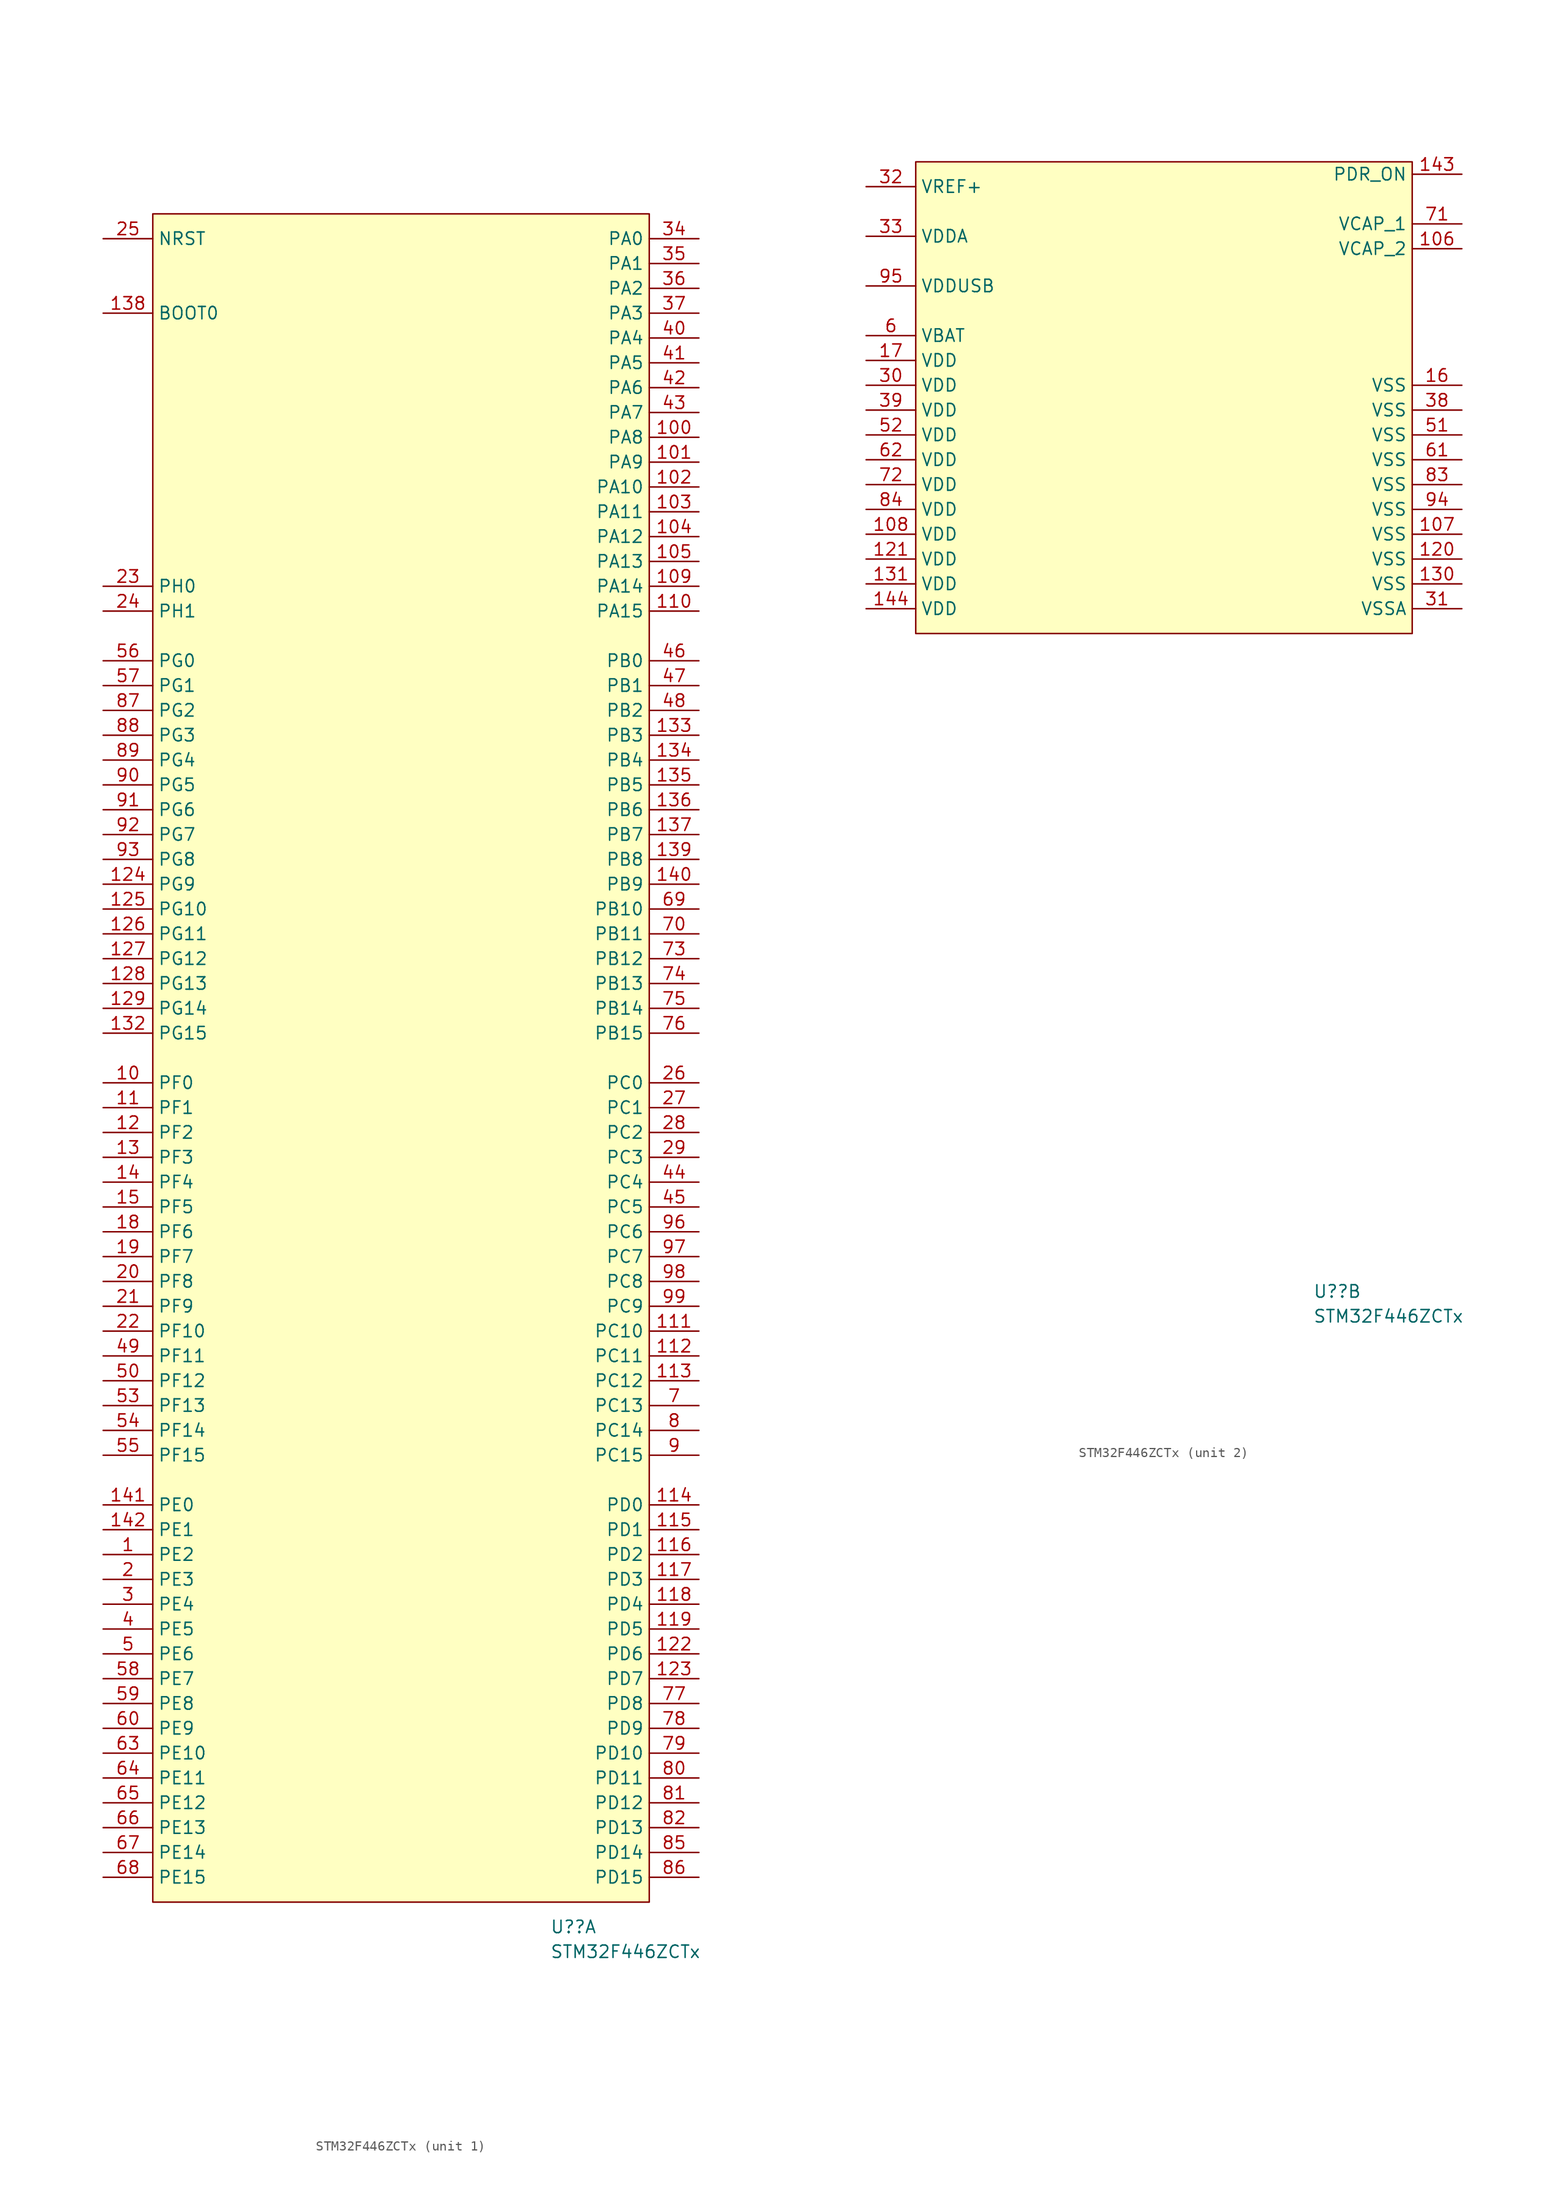
<source format=kicad_sym>
(kicad_symbol_lib
  (version 20211014)
  (generator kicad_symbol_editor)
  (symbol "STM32F446ZCTx"
    (property "Reference" "U?"
      (at 15.24 -88.9 0)
      (effects (font (size 1.27 1.27)) (justify left)))
    (property "Value" "STM32F446ZCTx"
      (at 15.24 -91.44 0)
      (effects (font (size 1.27 1.27)) (justify left)))
    (property "ki_locked" ""
      (at 0 0 0)
      (effects (font (size 1.27 1.27))))
    (symbol "STM32F446ZCTx_1_1"
      (rectangle (start 25.4 86.36) (end -25.4 -86.36) (stroke (width 0) (type default) (color 0 0 0 0)) (fill (type background)))
      (pin bidirectional line (at -30.48 -50.8 0) (length 5.08) (name "PE2" (effects (font (size 1.27 1.27)))) (number "1" (effects (font (size 1.27 1.27)))))
      (pin bidirectional line (at -30.48 -2.54 0) (length 5.08) (name "PF0" (effects (font (size 1.27 1.27)))) (number "10" (effects (font (size 1.27 1.27)))))
      (pin bidirectional line (at 30.48 63.5 180) (length 5.08) (name "PA8" (effects (font (size 1.27 1.27)))) (number "100" (effects (font (size 1.27 1.27)))))
      (pin bidirectional line (at 30.48 60.96 180) (length 5.08) (name "PA9" (effects (font (size 1.27 1.27)))) (number "101" (effects (font (size 1.27 1.27)))))
      (pin bidirectional line (at 30.48 58.42 180) (length 5.08) (name "PA10" (effects (font (size 1.27 1.27)))) (number "102" (effects (font (size 1.27 1.27)))))
      (pin bidirectional line (at 30.48 55.88 180) (length 5.08) (name "PA11" (effects (font (size 1.27 1.27)))) (number "103" (effects (font (size 1.27 1.27)))))
      (pin bidirectional line (at 30.48 53.34 180) (length 5.08) (name "PA12" (effects (font (size 1.27 1.27)))) (number "104" (effects (font (size 1.27 1.27)))))
      (pin bidirectional line (at 30.48 50.8 180) (length 5.08) (name "PA13" (effects (font (size 1.27 1.27)))) (number "105" (effects (font (size 1.27 1.27)))))
      (pin bidirectional line (at 30.48 48.26 180) (length 5.08) (name "PA14" (effects (font (size 1.27 1.27)))) (number "109" (effects (font (size 1.27 1.27)))))
      (pin bidirectional line (at -30.48 -5.08 0) (length 5.08) (name "PF1" (effects (font (size 1.27 1.27)))) (number "11" (effects (font (size 1.27 1.27)))))
      (pin bidirectional line (at 30.48 45.72 180) (length 5.08) (name "PA15" (effects (font (size 1.27 1.27)))) (number "110" (effects (font (size 1.27 1.27)))))
      (pin bidirectional line (at 30.48 -27.94 180) (length 5.08) (name "PC10" (effects (font (size 1.27 1.27)))) (number "111" (effects (font (size 1.27 1.27)))))
      (pin bidirectional line (at 30.48 -30.48 180) (length 5.08) (name "PC11" (effects (font (size 1.27 1.27)))) (number "112" (effects (font (size 1.27 1.27)))))
      (pin bidirectional line (at 30.48 -33.02 180) (length 5.08) (name "PC12" (effects (font (size 1.27 1.27)))) (number "113" (effects (font (size 1.27 1.27)))))
      (pin bidirectional line (at 30.48 -45.72 180) (length 5.08) (name "PD0" (effects (font (size 1.27 1.27)))) (number "114" (effects (font (size 1.27 1.27)))))
      (pin bidirectional line (at 30.48 -48.26 180) (length 5.08) (name "PD1" (effects (font (size 1.27 1.27)))) (number "115" (effects (font (size 1.27 1.27)))))
      (pin bidirectional line (at 30.48 -50.8 180) (length 5.08) (name "PD2" (effects (font (size 1.27 1.27)))) (number "116" (effects (font (size 1.27 1.27)))))
      (pin bidirectional line (at 30.48 -53.34 180) (length 5.08) (name "PD3" (effects (font (size 1.27 1.27)))) (number "117" (effects (font (size 1.27 1.27)))))
      (pin bidirectional line (at 30.48 -55.88 180) (length 5.08) (name "PD4" (effects (font (size 1.27 1.27)))) (number "118" (effects (font (size 1.27 1.27)))))
      (pin bidirectional line (at 30.48 -58.42 180) (length 5.08) (name "PD5" (effects (font (size 1.27 1.27)))) (number "119" (effects (font (size 1.27 1.27)))))
      (pin bidirectional line (at -30.48 -7.62 0) (length 5.08) (name "PF2" (effects (font (size 1.27 1.27)))) (number "12" (effects (font (size 1.27 1.27)))))
      (pin bidirectional line (at 30.48 -60.96 180) (length 5.08) (name "PD6" (effects (font (size 1.27 1.27)))) (number "122" (effects (font (size 1.27 1.27)))))
      (pin bidirectional line (at 30.48 -63.5 180) (length 5.08) (name "PD7" (effects (font (size 1.27 1.27)))) (number "123" (effects (font (size 1.27 1.27)))))
      (pin bidirectional line (at -30.48 17.78 0) (length 5.08) (name "PG9" (effects (font (size 1.27 1.27)))) (number "124" (effects (font (size 1.27 1.27)))))
      (pin bidirectional line (at -30.48 15.24 0) (length 5.08) (name "PG10" (effects (font (size 1.27 1.27)))) (number "125" (effects (font (size 1.27 1.27)))))
      (pin bidirectional line (at -30.48 12.7 0) (length 5.08) (name "PG11" (effects (font (size 1.27 1.27)))) (number "126" (effects (font (size 1.27 1.27)))))
      (pin bidirectional line (at -30.48 10.16 0) (length 5.08) (name "PG12" (effects (font (size 1.27 1.27)))) (number "127" (effects (font (size 1.27 1.27)))))
      (pin bidirectional line (at -30.48 7.62 0) (length 5.08) (name "PG13" (effects (font (size 1.27 1.27)))) (number "128" (effects (font (size 1.27 1.27)))))
      (pin bidirectional line (at -30.48 5.08 0) (length 5.08) (name "PG14" (effects (font (size 1.27 1.27)))) (number "129" (effects (font (size 1.27 1.27)))))
      (pin bidirectional line (at -30.48 -10.16 0) (length 5.08) (name "PF3" (effects (font (size 1.27 1.27)))) (number "13" (effects (font (size 1.27 1.27)))))
      (pin bidirectional line (at -30.48 2.54 0) (length 5.08) (name "PG15" (effects (font (size 1.27 1.27)))) (number "132" (effects (font (size 1.27 1.27)))))
      (pin bidirectional line (at 30.48 33.02 180) (length 5.08) (name "PB3" (effects (font (size 1.27 1.27)))) (number "133" (effects (font (size 1.27 1.27)))))
      (pin bidirectional line (at 30.48 30.48 180) (length 5.08) (name "PB4" (effects (font (size 1.27 1.27)))) (number "134" (effects (font (size 1.27 1.27)))))
      (pin bidirectional line (at 30.48 27.94 180) (length 5.08) (name "PB5" (effects (font (size 1.27 1.27)))) (number "135" (effects (font (size 1.27 1.27)))))
      (pin bidirectional line (at 30.48 25.4 180) (length 5.08) (name "PB6" (effects (font (size 1.27 1.27)))) (number "136" (effects (font (size 1.27 1.27)))))
      (pin bidirectional line (at 30.48 22.86 180) (length 5.08) (name "PB7" (effects (font (size 1.27 1.27)))) (number "137" (effects (font (size 1.27 1.27)))))
      (pin input line (at -30.48 76.2 0) (length 5.08) (name "BOOT0" (effects (font (size 1.27 1.27)))) (number "138" (effects (font (size 1.27 1.27)))))
      (pin bidirectional line (at 30.48 20.32 180) (length 5.08) (name "PB8" (effects (font (size 1.27 1.27)))) (number "139" (effects (font (size 1.27 1.27)))))
      (pin bidirectional line (at -30.48 -12.7 0) (length 5.08) (name "PF4" (effects (font (size 1.27 1.27)))) (number "14" (effects (font (size 1.27 1.27)))))
      (pin bidirectional line (at 30.48 17.78 180) (length 5.08) (name "PB9" (effects (font (size 1.27 1.27)))) (number "140" (effects (font (size 1.27 1.27)))))
      (pin bidirectional line (at -30.48 -45.72 0) (length 5.08) (name "PE0" (effects (font (size 1.27 1.27)))) (number "141" (effects (font (size 1.27 1.27)))))
      (pin bidirectional line (at -30.48 -48.26 0) (length 5.08) (name "PE1" (effects (font (size 1.27 1.27)))) (number "142" (effects (font (size 1.27 1.27)))))
      (pin bidirectional line (at -30.48 -15.24 0) (length 5.08) (name "PF5" (effects (font (size 1.27 1.27)))) (number "15" (effects (font (size 1.27 1.27)))))
      (pin bidirectional line (at -30.48 -17.78 0) (length 5.08) (name "PF6" (effects (font (size 1.27 1.27)))) (number "18" (effects (font (size 1.27 1.27)))))
      (pin bidirectional line (at -30.48 -20.32 0) (length 5.08) (name "PF7" (effects (font (size 1.27 1.27)))) (number "19" (effects (font (size 1.27 1.27)))))
      (pin bidirectional line (at -30.48 -53.34 0) (length 5.08) (name "PE3" (effects (font (size 1.27 1.27)))) (number "2" (effects (font (size 1.27 1.27)))))
      (pin bidirectional line (at -30.48 -22.86 0) (length 5.08) (name "PF8" (effects (font (size 1.27 1.27)))) (number "20" (effects (font (size 1.27 1.27)))))
      (pin bidirectional line (at -30.48 -25.4 0) (length 5.08) (name "PF9" (effects (font (size 1.27 1.27)))) (number "21" (effects (font (size 1.27 1.27)))))
      (pin bidirectional line (at -30.48 -27.94 0) (length 5.08) (name "PF10" (effects (font (size 1.27 1.27)))) (number "22" (effects (font (size 1.27 1.27)))))
      (pin input line (at -30.48 48.26 0) (length 5.08) (name "PH0" (effects (font (size 1.27 1.27)))) (number "23" (effects (font (size 1.27 1.27)))))
      (pin input line (at -30.48 45.72 0) (length 5.08) (name "PH1" (effects (font (size 1.27 1.27)))) (number "24" (effects (font (size 1.27 1.27)))))
      (pin input line (at -30.48 83.82 0) (length 5.08) (name "NRST" (effects (font (size 1.27 1.27)))) (number "25" (effects (font (size 1.27 1.27)))))
      (pin bidirectional line (at 30.48 -2.54 180) (length 5.08) (name "PC0" (effects (font (size 1.27 1.27)))) (number "26" (effects (font (size 1.27 1.27)))))
      (pin bidirectional line (at 30.48 -5.08 180) (length 5.08) (name "PC1" (effects (font (size 1.27 1.27)))) (number "27" (effects (font (size 1.27 1.27)))))
      (pin bidirectional line (at 30.48 -7.62 180) (length 5.08) (name "PC2" (effects (font (size 1.27 1.27)))) (number "28" (effects (font (size 1.27 1.27)))))
      (pin bidirectional line (at 30.48 -10.16 180) (length 5.08) (name "PC3" (effects (font (size 1.27 1.27)))) (number "29" (effects (font (size 1.27 1.27)))))
      (pin bidirectional line (at -30.48 -55.88 0) (length 5.08) (name "PE4" (effects (font (size 1.27 1.27)))) (number "3" (effects (font (size 1.27 1.27)))))
      (pin bidirectional line (at 30.48 83.82 180) (length 5.08) (name "PA0" (effects (font (size 1.27 1.27)))) (number "34" (effects (font (size 1.27 1.27)))))
      (pin bidirectional line (at 30.48 81.28 180) (length 5.08) (name "PA1" (effects (font (size 1.27 1.27)))) (number "35" (effects (font (size 1.27 1.27)))))
      (pin bidirectional line (at 30.48 78.74 180) (length 5.08) (name "PA2" (effects (font (size 1.27 1.27)))) (number "36" (effects (font (size 1.27 1.27)))))
      (pin bidirectional line (at 30.48 76.2 180) (length 5.08) (name "PA3" (effects (font (size 1.27 1.27)))) (number "37" (effects (font (size 1.27 1.27)))))
      (pin bidirectional line (at -30.48 -58.42 0) (length 5.08) (name "PE5" (effects (font (size 1.27 1.27)))) (number "4" (effects (font (size 1.27 1.27)))))
      (pin bidirectional line (at 30.48 73.66 180) (length 5.08) (name "PA4" (effects (font (size 1.27 1.27)))) (number "40" (effects (font (size 1.27 1.27)))))
      (pin bidirectional line (at 30.48 71.12 180) (length 5.08) (name "PA5" (effects (font (size 1.27 1.27)))) (number "41" (effects (font (size 1.27 1.27)))))
      (pin bidirectional line (at 30.48 68.58 180) (length 5.08) (name "PA6" (effects (font (size 1.27 1.27)))) (number "42" (effects (font (size 1.27 1.27)))))
      (pin bidirectional line (at 30.48 66.04 180) (length 5.08) (name "PA7" (effects (font (size 1.27 1.27)))) (number "43" (effects (font (size 1.27 1.27)))))
      (pin bidirectional line (at 30.48 -12.7 180) (length 5.08) (name "PC4" (effects (font (size 1.27 1.27)))) (number "44" (effects (font (size 1.27 1.27)))))
      (pin bidirectional line (at 30.48 -15.24 180) (length 5.08) (name "PC5" (effects (font (size 1.27 1.27)))) (number "45" (effects (font (size 1.27 1.27)))))
      (pin bidirectional line (at 30.48 40.64 180) (length 5.08) (name "PB0" (effects (font (size 1.27 1.27)))) (number "46" (effects (font (size 1.27 1.27)))))
      (pin bidirectional line (at 30.48 38.1 180) (length 5.08) (name "PB1" (effects (font (size 1.27 1.27)))) (number "47" (effects (font (size 1.27 1.27)))))
      (pin bidirectional line (at 30.48 35.56 180) (length 5.08) (name "PB2" (effects (font (size 1.27 1.27)))) (number "48" (effects (font (size 1.27 1.27)))))
      (pin bidirectional line (at -30.48 -30.48 0) (length 5.08) (name "PF11" (effects (font (size 1.27 1.27)))) (number "49" (effects (font (size 1.27 1.27)))))
      (pin bidirectional line (at -30.48 -60.96 0) (length 5.08) (name "PE6" (effects (font (size 1.27 1.27)))) (number "5" (effects (font (size 1.27 1.27)))))
      (pin bidirectional line (at -30.48 -33.02 0) (length 5.08) (name "PF12" (effects (font (size 1.27 1.27)))) (number "50" (effects (font (size 1.27 1.27)))))
      (pin bidirectional line (at -30.48 -35.56 0) (length 5.08) (name "PF13" (effects (font (size 1.27 1.27)))) (number "53" (effects (font (size 1.27 1.27)))))
      (pin bidirectional line (at -30.48 -38.1 0) (length 5.08) (name "PF14" (effects (font (size 1.27 1.27)))) (number "54" (effects (font (size 1.27 1.27)))))
      (pin bidirectional line (at -30.48 -40.64 0) (length 5.08) (name "PF15" (effects (font (size 1.27 1.27)))) (number "55" (effects (font (size 1.27 1.27)))))
      (pin bidirectional line (at -30.48 40.64 0) (length 5.08) (name "PG0" (effects (font (size 1.27 1.27)))) (number "56" (effects (font (size 1.27 1.27)))))
      (pin bidirectional line (at -30.48 38.1 0) (length 5.08) (name "PG1" (effects (font (size 1.27 1.27)))) (number "57" (effects (font (size 1.27 1.27)))))
      (pin bidirectional line (at -30.48 -63.5 0) (length 5.08) (name "PE7" (effects (font (size 1.27 1.27)))) (number "58" (effects (font (size 1.27 1.27)))))
      (pin bidirectional line (at -30.48 -66.04 0) (length 5.08) (name "PE8" (effects (font (size 1.27 1.27)))) (number "59" (effects (font (size 1.27 1.27)))))
      (pin bidirectional line (at -30.48 -68.58 0) (length 5.08) (name "PE9" (effects (font (size 1.27 1.27)))) (number "60" (effects (font (size 1.27 1.27)))))
      (pin bidirectional line (at -30.48 -71.12 0) (length 5.08) (name "PE10" (effects (font (size 1.27 1.27)))) (number "63" (effects (font (size 1.27 1.27)))))
      (pin bidirectional line (at -30.48 -73.66 0) (length 5.08) (name "PE11" (effects (font (size 1.27 1.27)))) (number "64" (effects (font (size 1.27 1.27)))))
      (pin bidirectional line (at -30.48 -76.2 0) (length 5.08) (name "PE12" (effects (font (size 1.27 1.27)))) (number "65" (effects (font (size 1.27 1.27)))))
      (pin bidirectional line (at -30.48 -78.74 0) (length 5.08) (name "PE13" (effects (font (size 1.27 1.27)))) (number "66" (effects (font (size 1.27 1.27)))))
      (pin bidirectional line (at -30.48 -81.28 0) (length 5.08) (name "PE14" (effects (font (size 1.27 1.27)))) (number "67" (effects (font (size 1.27 1.27)))))
      (pin bidirectional line (at -30.48 -83.82 0) (length 5.08) (name "PE15" (effects (font (size 1.27 1.27)))) (number "68" (effects (font (size 1.27 1.27)))))
      (pin bidirectional line (at 30.48 15.24 180) (length 5.08) (name "PB10" (effects (font (size 1.27 1.27)))) (number "69" (effects (font (size 1.27 1.27)))))
      (pin bidirectional line (at 30.48 -35.56 180) (length 5.08) (name "PC13" (effects (font (size 1.27 1.27)))) (number "7" (effects (font (size 1.27 1.27)))))
      (pin bidirectional line (at 30.48 12.7 180) (length 5.08) (name "PB11" (effects (font (size 1.27 1.27)))) (number "70" (effects (font (size 1.27 1.27)))))
      (pin bidirectional line (at 30.48 10.16 180) (length 5.08) (name "PB12" (effects (font (size 1.27 1.27)))) (number "73" (effects (font (size 1.27 1.27)))))
      (pin bidirectional line (at 30.48 7.62 180) (length 5.08) (name "PB13" (effects (font (size 1.27 1.27)))) (number "74" (effects (font (size 1.27 1.27)))))
      (pin bidirectional line (at 30.48 5.08 180) (length 5.08) (name "PB14" (effects (font (size 1.27 1.27)))) (number "75" (effects (font (size 1.27 1.27)))))
      (pin bidirectional line (at 30.48 2.54 180) (length 5.08) (name "PB15" (effects (font (size 1.27 1.27)))) (number "76" (effects (font (size 1.27 1.27)))))
      (pin bidirectional line (at 30.48 -66.04 180) (length 5.08) (name "PD8" (effects (font (size 1.27 1.27)))) (number "77" (effects (font (size 1.27 1.27)))))
      (pin bidirectional line (at 30.48 -68.58 180) (length 5.08) (name "PD9" (effects (font (size 1.27 1.27)))) (number "78" (effects (font (size 1.27 1.27)))))
      (pin bidirectional line (at 30.48 -71.12 180) (length 5.08) (name "PD10" (effects (font (size 1.27 1.27)))) (number "79" (effects (font (size 1.27 1.27)))))
      (pin bidirectional line (at 30.48 -38.1 180) (length 5.08) (name "PC14" (effects (font (size 1.27 1.27)))) (number "8" (effects (font (size 1.27 1.27)))))
      (pin bidirectional line (at 30.48 -73.66 180) (length 5.08) (name "PD11" (effects (font (size 1.27 1.27)))) (number "80" (effects (font (size 1.27 1.27)))))
      (pin bidirectional line (at 30.48 -76.2 180) (length 5.08) (name "PD12" (effects (font (size 1.27 1.27)))) (number "81" (effects (font (size 1.27 1.27)))))
      (pin bidirectional line (at 30.48 -78.74 180) (length 5.08) (name "PD13" (effects (font (size 1.27 1.27)))) (number "82" (effects (font (size 1.27 1.27)))))
      (pin bidirectional line (at 30.48 -81.28 180) (length 5.08) (name "PD14" (effects (font (size 1.27 1.27)))) (number "85" (effects (font (size 1.27 1.27)))))
      (pin bidirectional line (at 30.48 -83.82 180) (length 5.08) (name "PD15" (effects (font (size 1.27 1.27)))) (number "86" (effects (font (size 1.27 1.27)))))
      (pin bidirectional line (at -30.48 35.56 0) (length 5.08) (name "PG2" (effects (font (size 1.27 1.27)))) (number "87" (effects (font (size 1.27 1.27)))))
      (pin bidirectional line (at -30.48 33.02 0) (length 5.08) (name "PG3" (effects (font (size 1.27 1.27)))) (number "88" (effects (font (size 1.27 1.27)))))
      (pin bidirectional line (at -30.48 30.48 0) (length 5.08) (name "PG4" (effects (font (size 1.27 1.27)))) (number "89" (effects (font (size 1.27 1.27)))))
      (pin bidirectional line (at 30.48 -40.64 180) (length 5.08) (name "PC15" (effects (font (size 1.27 1.27)))) (number "9" (effects (font (size 1.27 1.27)))))
      (pin bidirectional line (at -30.48 27.94 0) (length 5.08) (name "PG5" (effects (font (size 1.27 1.27)))) (number "90" (effects (font (size 1.27 1.27)))))
      (pin bidirectional line (at -30.48 25.4 0) (length 5.08) (name "PG6" (effects (font (size 1.27 1.27)))) (number "91" (effects (font (size 1.27 1.27)))))
      (pin bidirectional line (at -30.48 22.86 0) (length 5.08) (name "PG7" (effects (font (size 1.27 1.27)))) (number "92" (effects (font (size 1.27 1.27)))))
      (pin bidirectional line (at -30.48 20.32 0) (length 5.08) (name "PG8" (effects (font (size 1.27 1.27)))) (number "93" (effects (font (size 1.27 1.27)))))
      (pin bidirectional line (at 30.48 -17.78 180) (length 5.08) (name "PC6" (effects (font (size 1.27 1.27)))) (number "96" (effects (font (size 1.27 1.27)))))
      (pin bidirectional line (at 30.48 -20.32 180) (length 5.08) (name "PC7" (effects (font (size 1.27 1.27)))) (number "97" (effects (font (size 1.27 1.27)))))
      (pin bidirectional line (at 30.48 -22.86 180) (length 5.08) (name "PC8" (effects (font (size 1.27 1.27)))) (number "98" (effects (font (size 1.27 1.27)))))
      (pin bidirectional line (at 30.48 -25.4 180) (length 5.08) (name "PC9" (effects (font (size 1.27 1.27)))) (number "99" (effects (font (size 1.27 1.27))))))
    (symbol "STM32F446ZCTx_2_1"
      (rectangle (start -25.4 26.67) (end 25.4 -21.59) (stroke (width 0) (type default) (color 0 0 0 0)) (fill (type background)))
      (pin power_in line (at 30.48 17.78 180) (length 5.08) (name "VCAP_2" (effects (font (size 1.27 1.27)))) (number "106" (effects (font (size 1.27 1.27)))))
      (pin power_in line (at 30.48 -11.43 180) (length 5.08) (name "VSS" (effects (font (size 1.27 1.27)))) (number "107" (effects (font (size 1.27 1.27)))))
      (pin power_in line (at -30.48 -11.43 0) (length 5.08) (name "VDD" (effects (font (size 1.27 1.27)))) (number "108" (effects (font (size 1.27 1.27)))))
      (pin power_in line (at 30.48 -13.97 180) (length 5.08) (name "VSS" (effects (font (size 1.27 1.27)))) (number "120" (effects (font (size 1.27 1.27)))))
      (pin power_in line (at -30.48 -13.97 0) (length 5.08) (name "VDD" (effects (font (size 1.27 1.27)))) (number "121" (effects (font (size 1.27 1.27)))))
      (pin power_in line (at 30.48 -16.51 180) (length 5.08) (name "VSS" (effects (font (size 1.27 1.27)))) (number "130" (effects (font (size 1.27 1.27)))))
      (pin power_in line (at -30.48 -16.51 0) (length 5.08) (name "VDD" (effects (font (size 1.27 1.27)))) (number "131" (effects (font (size 1.27 1.27)))))
      (pin input line (at 30.48 25.4 180) (length 5.08) (name "PDR_ON" (effects (font (size 1.27 1.27)))) (number "143" (effects (font (size 1.27 1.27)))))
      (pin power_in line (at -30.48 -19.05 0) (length 5.08) (name "VDD" (effects (font (size 1.27 1.27)))) (number "144" (effects (font (size 1.27 1.27)))))
      (pin power_in line (at 30.48 3.81 180) (length 5.08) (name "VSS" (effects (font (size 1.27 1.27)))) (number "16" (effects (font (size 1.27 1.27)))))
      (pin power_in line (at -30.48 6.35 0) (length 5.08) (name "VDD" (effects (font (size 1.27 1.27)))) (number "17" (effects (font (size 1.27 1.27)))))
      (pin power_in line (at -30.48 3.81 0) (length 5.08) (name "VDD" (effects (font (size 1.27 1.27)))) (number "30" (effects (font (size 1.27 1.27)))))
      (pin power_in line (at 30.48 -19.05 180) (length 5.08) (name "VSSA" (effects (font (size 1.27 1.27)))) (number "31" (effects (font (size 1.27 1.27)))))
      (pin power_in line (at -30.48 24.13 0) (length 5.08) (name "VREF+" (effects (font (size 1.27 1.27)))) (number "32" (effects (font (size 1.27 1.27)))))
      (pin power_in line (at -30.48 19.05 0) (length 5.08) (name "VDDA" (effects (font (size 1.27 1.27)))) (number "33" (effects (font (size 1.27 1.27)))))
      (pin power_in line (at 30.48 1.27 180) (length 5.08) (name "VSS" (effects (font (size 1.27 1.27)))) (number "38" (effects (font (size 1.27 1.27)))))
      (pin power_in line (at -30.48 1.27 0) (length 5.08) (name "VDD" (effects (font (size 1.27 1.27)))) (number "39" (effects (font (size 1.27 1.27)))))
      (pin power_in line (at 30.48 -1.27 180) (length 5.08) (name "VSS" (effects (font (size 1.27 1.27)))) (number "51" (effects (font (size 1.27 1.27)))))
      (pin power_in line (at -30.48 -1.27 0) (length 5.08) (name "VDD" (effects (font (size 1.27 1.27)))) (number "52" (effects (font (size 1.27 1.27)))))
      (pin power_in line (at -30.48 8.89 0) (length 5.08) (name "VBAT" (effects (font (size 1.27 1.27)))) (number "6" (effects (font (size 1.27 1.27)))))
      (pin power_in line (at 30.48 -3.81 180) (length 5.08) (name "VSS" (effects (font (size 1.27 1.27)))) (number "61" (effects (font (size 1.27 1.27)))))
      (pin power_in line (at -30.48 -3.81 0) (length 5.08) (name "VDD" (effects (font (size 1.27 1.27)))) (number "62" (effects (font (size 1.27 1.27)))))
      (pin power_in line (at 30.48 20.32 180) (length 5.08) (name "VCAP_1" (effects (font (size 1.27 1.27)))) (number "71" (effects (font (size 1.27 1.27)))))
      (pin power_in line (at -30.48 -6.35 0) (length 5.08) (name "VDD" (effects (font (size 1.27 1.27)))) (number "72" (effects (font (size 1.27 1.27)))))
      (pin power_in line (at 30.48 -6.35 180) (length 5.08) (name "VSS" (effects (font (size 1.27 1.27)))) (number "83" (effects (font (size 1.27 1.27)))))
      (pin power_in line (at -30.48 -8.89 0) (length 5.08) (name "VDD" (effects (font (size 1.27 1.27)))) (number "84" (effects (font (size 1.27 1.27)))))
      (pin power_in line (at 30.48 -8.89 180) (length 5.08) (name "VSS" (effects (font (size 1.27 1.27)))) (number "94" (effects (font (size 1.27 1.27)))))
      (pin power_in line (at -30.48 13.97 0) (length 5.08) (name "VDDUSB" (effects (font (size 1.27 1.27)))) (number "95" (effects (font (size 1.27 1.27))))))))
</source>
